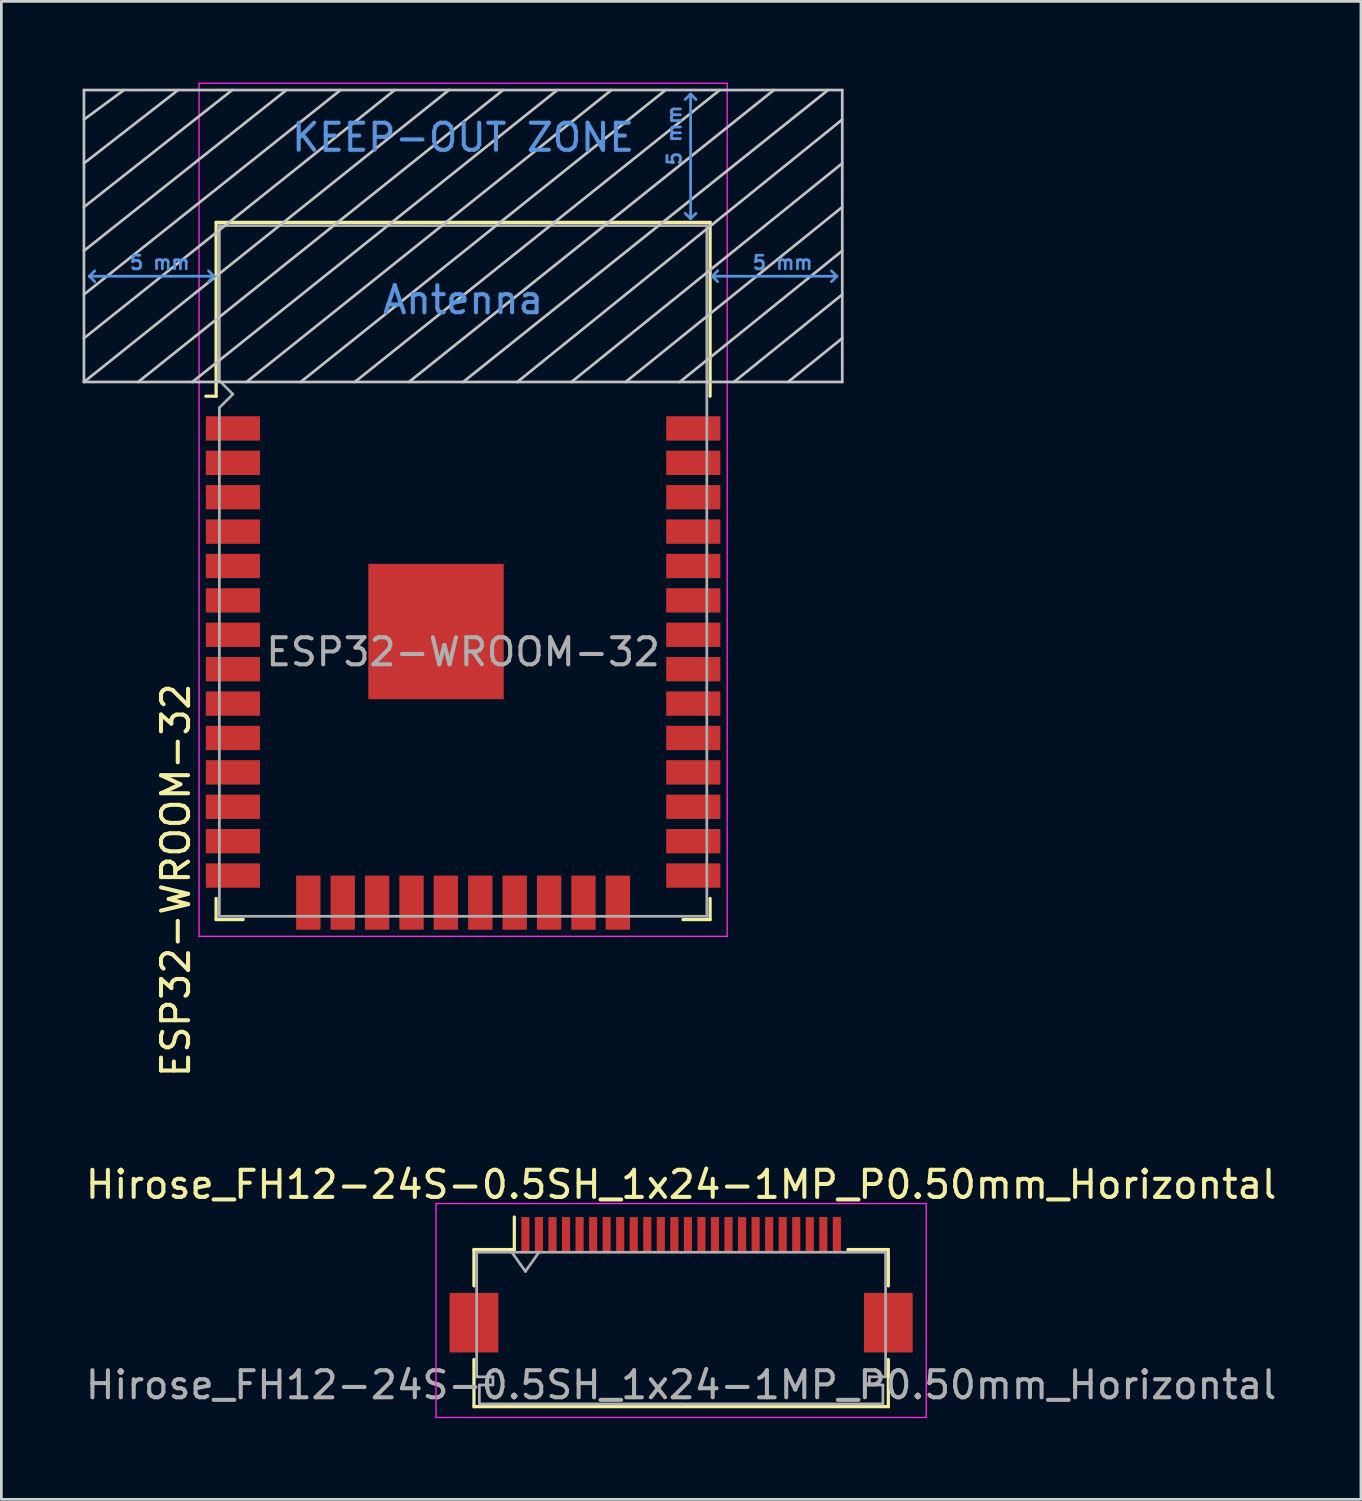
<source format=kicad_pcb>
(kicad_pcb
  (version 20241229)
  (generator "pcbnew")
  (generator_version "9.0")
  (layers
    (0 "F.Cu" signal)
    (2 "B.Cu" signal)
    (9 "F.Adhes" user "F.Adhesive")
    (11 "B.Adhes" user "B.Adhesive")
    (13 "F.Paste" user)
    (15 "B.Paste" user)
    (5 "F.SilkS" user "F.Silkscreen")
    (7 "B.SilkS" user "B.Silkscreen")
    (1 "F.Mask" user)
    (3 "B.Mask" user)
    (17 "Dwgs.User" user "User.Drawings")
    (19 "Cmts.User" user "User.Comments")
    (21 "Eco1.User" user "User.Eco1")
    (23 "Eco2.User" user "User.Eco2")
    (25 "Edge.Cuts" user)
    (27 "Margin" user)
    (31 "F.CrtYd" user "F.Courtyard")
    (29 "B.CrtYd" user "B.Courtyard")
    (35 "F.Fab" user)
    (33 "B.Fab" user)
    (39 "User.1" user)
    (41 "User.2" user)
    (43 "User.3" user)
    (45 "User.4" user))
  (footprint "Hirose_FH12-24S-0.5SH_1x24-1MP_P0.50mm_Horizontal"
    (layer "F.Cu")
    (at 22.101 44.39)
    (property "Reference" "Hirose_FH12-24S-0.5SH_1x24-1MP_P0.50mm_Horizontal" (at 0 -3.7 0) (layer "F.SilkS") (effects (font (size 1 1) (thickness 0.15))))
    (attr smd)
    (fp_line (start -7.65 -1.3) (end -7.65 0.04) (stroke (width 0.12) (type solid)) (layer "F.SilkS"))
    (fp_line (start -7.65 2.76) (end -7.65 4.5) (stroke (width 0.12) (type solid)) (layer "F.SilkS"))
    (fp_line (start -7.65 4.5) (end 7.65 4.5) (stroke (width 0.12) (type solid)) (layer "F.SilkS"))
    (fp_line (start -6.16 -1.3) (end -7.65 -1.3) (stroke (width 0.12) (type solid)) (layer "F.SilkS"))
    (fp_line (start -6.16 -1.3) (end -6.16 -2.5) (stroke (width 0.12) (type solid)) (layer "F.SilkS"))
    (fp_line (start 6.16 -1.3) (end 7.65 -1.3) (stroke (width 0.12) (type solid)) (layer "F.SilkS"))
    (fp_line (start 7.65 -1.3) (end 7.65 0.04) (stroke (width 0.12) (type solid)) (layer "F.SilkS"))
    (fp_line (start 7.65 4.5) (end 7.65 2.76) (stroke (width 0.12) (type solid)) (layer "F.SilkS"))
    (fp_line (start -9.05 -3) (end -9.05 4.9) (stroke (width 0.05) (type solid)) (layer "F.CrtYd"))
    (fp_line (start -9.05 4.9) (end 9.05 4.9) (stroke (width 0.05) (type solid)) (layer "F.CrtYd"))
    (fp_line (start 9.05 -3) (end -9.05 -3) (stroke (width 0.05) (type solid)) (layer "F.CrtYd"))
    (fp_line (start 9.05 4.9) (end 9.05 -3) (stroke (width 0.05) (type solid)) (layer "F.CrtYd"))
    (fp_line (start -7.55 -1.2) (end -7.55 3.4) (stroke (width 0.1) (type solid)) (layer "F.Fab"))
    (fp_line (start -7.55 3.4) (end -6.95 3.4) (stroke (width 0.1) (type solid)) (layer "F.Fab"))
    (fp_line (start -7.45 3.7) (end -7.45 4.4) (stroke (width 0.1) (type solid)) (layer "F.Fab"))
    (fp_line (start -7.45 4.4) (end 0 4.4) (stroke (width 0.1) (type solid)) (layer "F.Fab"))
    (fp_line (start -6.95 3.4) (end -6.95 3.7) (stroke (width 0.1) (type solid)) (layer "F.Fab"))
    (fp_line (start -6.95 3.7) (end -7.45 3.7) (stroke (width 0.1) (type solid)) (layer "F.Fab"))
    (fp_line (start -6.25 -1.2) (end -5.75 -0.493) (stroke (width 0.1) (type solid)) (layer "F.Fab"))
    (fp_line (start -5.75 -0.493) (end -5.25 -1.2) (stroke (width 0.1) (type solid)) (layer "F.Fab"))
    (fp_line (start 0 -1.2) (end -7.55 -1.2) (stroke (width 0.1) (type solid)) (layer "F.Fab"))
    (fp_line (start 0 -1.2) (end 7.55 -1.2) (stroke (width 0.1) (type solid)) (layer "F.Fab"))
    (fp_line (start 6.95 3.4) (end 6.95 3.7) (stroke (width 0.1) (type solid)) (layer "F.Fab"))
    (fp_line (start 6.95 3.7) (end 7.45 3.7) (stroke (width 0.1) (type solid)) (layer "F.Fab"))
    (fp_line (start 7.45 3.7) (end 7.45 4.4) (stroke (width 0.1) (type solid)) (layer "F.Fab"))
    (fp_line (start 7.45 4.4) (end 0 4.4) (stroke (width 0.1) (type solid)) (layer "F.Fab"))
    (fp_line (start 7.55 -1.2) (end 7.55 3.4) (stroke (width 0.1) (type solid)) (layer "F.Fab"))
    (fp_line (start 7.55 3.4) (end 6.95 3.4) (stroke (width 0.1) (type solid)) (layer "F.Fab"))
    (fp_text user "${REFERENCE}" (at 0 3.7 0) (layer "F.Fab") (effects (font (size 1 1) (thickness 0.15))))
    (pad "1" smd rect (at -5.75 -1.85) (size 0.3 1.3) (layers "F.Cu" "F.Mask" "F.Paste"))
    (pad "2" smd rect (at -5.25 -1.85) (size 0.3 1.3) (layers "F.Cu" "F.Mask" "F.Paste"))
    (pad "3" smd rect (at -4.75 -1.85) (size 0.3 1.3) (layers "F.Cu" "F.Mask" "F.Paste"))
    (pad "4" smd rect (at -4.25 -1.85) (size 0.3 1.3) (layers "F.Cu" "F.Mask" "F.Paste"))
    (pad "5" smd rect (at -3.75 -1.85) (size 0.3 1.3) (layers "F.Cu" "F.Mask" "F.Paste"))
    (pad "6" smd rect (at -3.25 -1.85) (size 0.3 1.3) (layers "F.Cu" "F.Mask" "F.Paste"))
    (pad "7" smd rect (at -2.75 -1.85) (size 0.3 1.3) (layers "F.Cu" "F.Mask" "F.Paste"))
    (pad "8" smd rect (at -2.25 -1.85) (size 0.3 1.3) (layers "F.Cu" "F.Mask" "F.Paste"))
    (pad "9" smd rect (at -1.75 -1.85) (size 0.3 1.3) (layers "F.Cu" "F.Mask" "F.Paste"))
    (pad "10" smd rect (at -1.25 -1.85) (size 0.3 1.3) (layers "F.Cu" "F.Mask" "F.Paste"))
    (pad "11" smd rect (at -0.75 -1.85) (size 0.3 1.3) (layers "F.Cu" "F.Mask" "F.Paste"))
    (pad "12" smd rect (at -0.25 -1.85) (size 0.3 1.3) (layers "F.Cu" "F.Mask" "F.Paste"))
    (pad "13" smd rect (at 0.25 -1.85) (size 0.3 1.3) (layers "F.Cu" "F.Mask" "F.Paste"))
    (pad "14" smd rect (at 0.75 -1.85) (size 0.3 1.3) (layers "F.Cu" "F.Mask" "F.Paste"))
    (pad "15" smd rect (at 1.25 -1.85) (size 0.3 1.3) (layers "F.Cu" "F.Mask" "F.Paste"))
    (pad "16" smd rect (at 1.75 -1.85) (size 0.3 1.3) (layers "F.Cu" "F.Mask" "F.Paste"))
    (pad "17" smd rect (at 2.25 -1.85) (size 0.3 1.3) (layers "F.Cu" "F.Mask" "F.Paste"))
    (pad "18" smd rect (at 2.75 -1.85) (size 0.3 1.3) (layers "F.Cu" "F.Mask" "F.Paste"))
    (pad "19" smd rect (at 3.25 -1.85) (size 0.3 1.3) (layers "F.Cu" "F.Mask" "F.Paste"))
    (pad "20" smd rect (at 3.75 -1.85) (size 0.3 1.3) (layers "F.Cu" "F.Mask" "F.Paste"))
    (pad "21" smd rect (at 4.25 -1.85) (size 0.3 1.3) (layers "F.Cu" "F.Mask" "F.Paste"))
    (pad "22" smd rect (at 4.75 -1.85) (size 0.3 1.3) (layers "F.Cu" "F.Mask" "F.Paste"))
    (pad "23" smd rect (at 5.25 -1.85) (size 0.3 1.3) (layers "F.Cu" "F.Mask" "F.Paste"))
    (pad "24" smd rect (at 5.75 -1.85) (size 0.3 1.3) (layers "F.Cu" "F.Mask" "F.Paste"))
    (pad "MP" smd rect (at -7.65 1.4) (size 1.8 2.2) (layers "F.Cu" "F.Mask" "F.Paste"))
    (pad "MP" smd rect (at 7.65 1.4) (size 1.8 2.2) (layers "F.Cu" "F.Mask" "F.Paste")))
  (footprint "ESP32-WROOM-32"
    (layer "F.Cu")
    (at 14.05 21.025)
    (property "Reference" "ESP32-WROOM-32" (at -10.61 8.43 90) (layer "F.SilkS") (effects (font (size 1 1) (thickness 0.15))))
    (attr smd)
    (fp_line (start -9.12 -15.865) (end -9.12 -9.445) (stroke (width 0.12) (type solid)) (layer "F.SilkS"))
    (fp_line (start -9.12 -15.865) (end 9.12 -15.865) (stroke (width 0.12) (type solid)) (layer "F.SilkS"))
    (fp_line (start -9.12 -9.445) (end -9.5 -9.445) (stroke (width 0.12) (type solid)) (layer "F.SilkS"))
    (fp_line (start -9.12 9.1) (end -9.12 9.88) (stroke (width 0.12) (type solid)) (layer "F.SilkS"))
    (fp_line (start -9.12 9.88) (end -8.12 9.88) (stroke (width 0.12) (type solid)) (layer "F.SilkS"))
    (fp_line (start 9.12 -15.865) (end 9.12 -9.445) (stroke (width 0.12) (type solid)) (layer "F.SilkS"))
    (fp_line (start 9.12 9.1) (end 9.12 9.88) (stroke (width 0.12) (type solid)) (layer "F.SilkS"))
    (fp_line (start 9.12 9.88) (end 8.12 9.88) (stroke (width 0.12) (type solid)) (layer "F.SilkS"))
    (fp_line (start -14 -9.97) (end -14 -20.75) (stroke (width 0.1) (type solid)) (layer "Dwgs.User"))
    (fp_line (start -12.525 -20.75) (end -14 -19.66) (stroke (width 0.1) (type solid)) (layer "Dwgs.User"))
    (fp_line (start -10.525 -20.75) (end -14 -18.045) (stroke (width 0.1) (type solid)) (layer "Dwgs.User"))
    (fp_line (start -8.525 -20.75) (end -14 -16.43) (stroke (width 0.1) (type solid)) (layer "Dwgs.User"))
    (fp_line (start -8 -9.97) (end 5.475 -20.75) (stroke (width 0.1) (type solid)) (layer "Dwgs.User"))
    (fp_line (start -6.525 -20.75) (end -14 -14.815) (stroke (width 0.1) (type solid)) (layer "Dwgs.User"))
    (fp_line (start -4.525 -20.75) (end -14 -13.2) (stroke (width 0.1) (type solid)) (layer "Dwgs.User"))
    (fp_line (start -2.525 -20.75) (end -14 -11.585) (stroke (width 0.1) (type solid)) (layer "Dwgs.User"))
    (fp_line (start -0.525 -20.75) (end -14 -9.97) (stroke (width 0.1) (type solid)) (layer "Dwgs.User"))
    (fp_line (start 1.475 -20.75) (end -12 -9.97) (stroke (width 0.1) (type solid)) (layer "Dwgs.User"))
    (fp_line (start 3.475 -20.75) (end -10 -9.97) (stroke (width 0.1) (type solid)) (layer "Dwgs.User"))
    (fp_line (start 7.475 -20.75) (end -6 -9.97) (stroke (width 0.1) (type solid)) (layer "Dwgs.User"))
    (fp_line (start 9.475 -20.75) (end -4 -9.97) (stroke (width 0.1) (type solid)) (layer "Dwgs.User"))
    (fp_line (start 11.475 -20.75) (end -2 -9.97) (stroke (width 0.1) (type solid)) (layer "Dwgs.User"))
    (fp_line (start 13.475 -20.75) (end 0 -9.97) (stroke (width 0.1) (type solid)) (layer "Dwgs.User"))
    (fp_line (start 14 -20.75) (end -14 -20.75) (stroke (width 0.1) (type solid)) (layer "Dwgs.User"))
    (fp_line (start 14 -19.66) (end 2 -9.97) (stroke (width 0.1) (type solid)) (layer "Dwgs.User"))
    (fp_line (start 14 -18.045) (end 4 -9.97) (stroke (width 0.1) (type solid)) (layer "Dwgs.User"))
    (fp_line (start 14 -16.43) (end 6 -9.97) (stroke (width 0.1) (type solid)) (layer "Dwgs.User"))
    (fp_line (start 14 -14.815) (end 8 -9.97) (stroke (width 0.1) (type solid)) (layer "Dwgs.User"))
    (fp_line (start 14 -13.2) (end 10 -9.97) (stroke (width 0.1) (type solid)) (layer "Dwgs.User"))
    (fp_line (start 14 -11.585) (end 12 -9.97) (stroke (width 0.1) (type solid)) (layer "Dwgs.User"))
    (fp_line (start 14 -9.97) (end -14 -9.97) (stroke (width 0.1) (type solid)) (layer "Dwgs.User"))
    (fp_line (start 14 -9.97) (end 14 -20.75) (stroke (width 0.1) (type solid)) (layer "Dwgs.User"))
    (fp_line (start -13.8 -13.875) (end -13.6 -14.075) (stroke (width 0.1) (type solid)) (layer "Cmts.User"))
    (fp_line (start -13.8 -13.875) (end -13.6 -13.675) (stroke (width 0.1) (type solid)) (layer "Cmts.User"))
    (fp_line (start -13.8 -13.875) (end -9.2 -13.875) (stroke (width 0.1) (type solid)) (layer "Cmts.User"))
    (fp_line (start -9.2 -13.875) (end -9.4 -14.075) (stroke (width 0.1) (type solid)) (layer "Cmts.User"))
    (fp_line (start -9.2 -13.875) (end -9.4 -13.675) (stroke (width 0.1) (type solid)) (layer "Cmts.User"))
    (fp_line (start 8.4 -20.6) (end 8.2 -20.4) (stroke (width 0.1) (type solid)) (layer "Cmts.User"))
    (fp_line (start 8.4 -20.6) (end 8.6 -20.4) (stroke (width 0.1) (type solid)) (layer "Cmts.User"))
    (fp_line (start 8.4 -16) (end 8.2 -16.2) (stroke (width 0.1) (type solid)) (layer "Cmts.User"))
    (fp_line (start 8.4 -16) (end 8.4 -20.6) (stroke (width 0.1) (type solid)) (layer "Cmts.User"))
    (fp_line (start 8.4 -16) (end 8.6 -16.2) (stroke (width 0.1) (type solid)) (layer "Cmts.User"))
    (fp_line (start 9.2 -13.875) (end 9.4 -14.075) (stroke (width 0.1) (type solid)) (layer "Cmts.User"))
    (fp_line (start 9.2 -13.875) (end 9.4 -13.675) (stroke (width 0.1) (type solid)) (layer "Cmts.User"))
    (fp_line (start 9.2 -13.875) (end 13.8 -13.875) (stroke (width 0.1) (type solid)) (layer "Cmts.User"))
    (fp_line (start 13.8 -13.875) (end 13.6 -14.075) (stroke (width 0.1) (type solid)) (layer "Cmts.User"))
    (fp_line (start 13.8 -13.875) (end 13.6 -13.675) (stroke (width 0.1) (type solid)) (layer "Cmts.User"))
    (fp_line (start -9.75 -21) (end 9.75 -21) (stroke (width 0.05) (type solid)) (layer "F.CrtYd"))
    (fp_line (start -9.75 10.5) (end -9.75 -21) (stroke (width 0.05) (type solid)) (layer "F.CrtYd"))
    (fp_line (start -9.75 10.5) (end 9.75 10.5) (stroke (width 0.05) (type solid)) (layer "F.CrtYd"))
    (fp_line (start 9.75 -21) (end 9.75 10.5) (stroke (width 0.05) (type solid)) (layer "F.CrtYd"))
    (fp_line (start -9 -15.745) (end -9 -10.02) (stroke (width 0.1) (type solid)) (layer "F.Fab"))
    (fp_line (start -9 -15.745) (end 9 -15.745) (stroke (width 0.1) (type solid)) (layer "F.Fab"))
    (fp_line (start -9 -9.02) (end -9 9.76) (stroke (width 0.1) (type solid)) (layer "F.Fab"))
    (fp_line (start -9 -9.02) (end -8.5 -9.52) (stroke (width 0.1) (type solid)) (layer "F.Fab"))
    (fp_line (start -9 9.76) (end 9 9.76) (stroke (width 0.1) (type solid)) (layer "F.Fab"))
    (fp_line (start -8.5 -9.52) (end -9 -10.02) (stroke (width 0.1) (type solid)) (layer "F.Fab"))
    (fp_line (start 9 9.76) (end 9 -15.745) (stroke (width 0.1) (type solid)) (layer "F.Fab"))
    (fp_text user "KEEP-OUT ZONE" (at 0 -19 0) (layer "Cmts.User") (effects (font (size 1 1) (thickness 0.15))))
    (fp_text user "5 mm" (at -11.2 -14.375 0) (layer "Cmts.User") (effects (font (size 0.5 0.5) (thickness 0.1))))
    (fp_text user "5 mm" (at 7.8 -19.075 90) (layer "Cmts.User") (effects (font (size 0.5 0.5) (thickness 0.1))))
    (fp_text user "Antenna" (at 0 -13 0) (layer "Cmts.User") (effects (font (size 1 1) (thickness 0.15))))
    (fp_text user "5 mm" (at 11.8 -14.375 0) (layer "Cmts.User") (effects (font (size 0.5 0.5) (thickness 0.1))))
    (fp_text user "${REFERENCE}" (at 0 0 0) (layer "F.Fab") (effects (font (size 1 1) (thickness 0.15))))
    (pad "1" smd rect (at -8.5 -8.255) (size 2 0.9) (layers "F.Cu" "F.Mask" "F.Paste"))
    (pad "2" smd rect (at -8.5 -6.985) (size 2 0.9) (layers "F.Cu" "F.Mask" "F.Paste"))
    (pad "3" smd rect (at -8.5 -5.715) (size 2 0.9) (layers "F.Cu" "F.Mask" "F.Paste"))
    (pad "4" smd rect (at -8.5 -4.445) (size 2 0.9) (layers "F.Cu" "F.Mask" "F.Paste"))
    (pad "5" smd rect (at -8.5 -3.175) (size 2 0.9) (layers "F.Cu" "F.Mask" "F.Paste"))
    (pad "6" smd rect (at -8.5 -1.905) (size 2 0.9) (layers "F.Cu" "F.Mask" "F.Paste"))
    (pad "7" smd rect (at -8.5 -0.635) (size 2 0.9) (layers "F.Cu" "F.Mask" "F.Paste"))
    (pad "8" smd rect (at -8.5 0.635) (size 2 0.9) (layers "F.Cu" "F.Mask" "F.Paste"))
    (pad "9" smd rect (at -8.5 1.905) (size 2 0.9) (layers "F.Cu" "F.Mask" "F.Paste"))
    (pad "10" smd rect (at -8.5 3.175) (size 2 0.9) (layers "F.Cu" "F.Mask" "F.Paste"))
    (pad "11" smd rect (at -8.5 4.445) (size 2 0.9) (layers "F.Cu" "F.Mask" "F.Paste"))
    (pad "12" smd rect (at -8.5 5.715) (size 2 0.9) (layers "F.Cu" "F.Mask" "F.Paste"))
    (pad "13" smd rect (at -8.5 6.985) (size 2 0.9) (layers "F.Cu" "F.Mask" "F.Paste"))
    (pad "14" smd rect (at -8.5 8.255) (size 2 0.9) (layers "F.Cu" "F.Mask" "F.Paste"))
    (pad "15" smd rect (at -5.715 9.255 90) (size 2 0.9) (layers "F.Cu" "F.Mask" "F.Paste"))
    (pad "16" smd rect (at -4.445 9.255 90) (size 2 0.9) (layers "F.Cu" "F.Mask" "F.Paste"))
    (pad "17" smd rect (at -3.175 9.255 90) (size 2 0.9) (layers "F.Cu" "F.Mask" "F.Paste"))
    (pad "18" smd rect (at -1.905 9.255 90) (size 2 0.9) (layers "F.Cu" "F.Mask" "F.Paste"))
    (pad "19" smd rect (at -0.635 9.255 90) (size 2 0.9) (layers "F.Cu" "F.Mask" "F.Paste"))
    (pad "20" smd rect (at 0.635 9.255 90) (size 2 0.9) (layers "F.Cu" "F.Mask" "F.Paste"))
    (pad "21" smd rect (at 1.905 9.255 90) (size 2 0.9) (layers "F.Cu" "F.Mask" "F.Paste"))
    (pad "22" smd rect (at 3.175 9.255 90) (size 2 0.9) (layers "F.Cu" "F.Mask" "F.Paste"))
    (pad "23" smd rect (at 4.445 9.255 90) (size 2 0.9) (layers "F.Cu" "F.Mask" "F.Paste"))
    (pad "24" smd rect (at 5.715 9.255 90) (size 2 0.9) (layers "F.Cu" "F.Mask" "F.Paste"))
    (pad "25" smd rect (at 8.5 8.255) (size 2 0.9) (layers "F.Cu" "F.Mask" "F.Paste"))
    (pad "26" smd rect (at 8.5 6.985) (size 2 0.9) (layers "F.Cu" "F.Mask" "F.Paste"))
    (pad "27" smd rect (at 8.5 5.715) (size 2 0.9) (layers "F.Cu" "F.Mask" "F.Paste"))
    (pad "28" smd rect (at 8.5 4.445) (size 2 0.9) (layers "F.Cu" "F.Mask" "F.Paste"))
    (pad "29" smd rect (at 8.5 3.175) (size 2 0.9) (layers "F.Cu" "F.Mask" "F.Paste"))
    (pad "30" smd rect (at 8.5 1.905) (size 2 0.9) (layers "F.Cu" "F.Mask" "F.Paste"))
    (pad "31" smd rect (at 8.5 0.635) (size 2 0.9) (layers "F.Cu" "F.Mask" "F.Paste"))
    (pad "32" smd rect (at 8.5 -0.635) (size 2 0.9) (layers "F.Cu" "F.Mask" "F.Paste"))
    (pad "33" smd rect (at 8.5 -1.905) (size 2 0.9) (layers "F.Cu" "F.Mask" "F.Paste"))
    (pad "34" smd rect (at 8.5 -3.175) (size 2 0.9) (layers "F.Cu" "F.Mask" "F.Paste"))
    (pad "35" smd rect (at 8.5 -4.445) (size 2 0.9) (layers "F.Cu" "F.Mask" "F.Paste"))
    (pad "36" smd rect (at 8.5 -5.715) (size 2 0.9) (layers "F.Cu" "F.Mask" "F.Paste"))
    (pad "37" smd rect (at 8.5 -6.985) (size 2 0.9) (layers "F.Cu" "F.Mask" "F.Paste"))
    (pad "38" smd rect (at 8.5 -8.255) (size 2 0.9) (layers "F.Cu" "F.Mask" "F.Paste"))
    (pad "39" smd rect (at -1 -0.755) (size 5 5) (layers "F.Cu" "F.Mask" "F.Paste")))
  (gr_rect
    (start -3 -3)
    (end 47.202 52.315)
    (stroke (width 0.1) (type default))
    (fill no)
    (layer "Edge.Cuts")))
</source>
